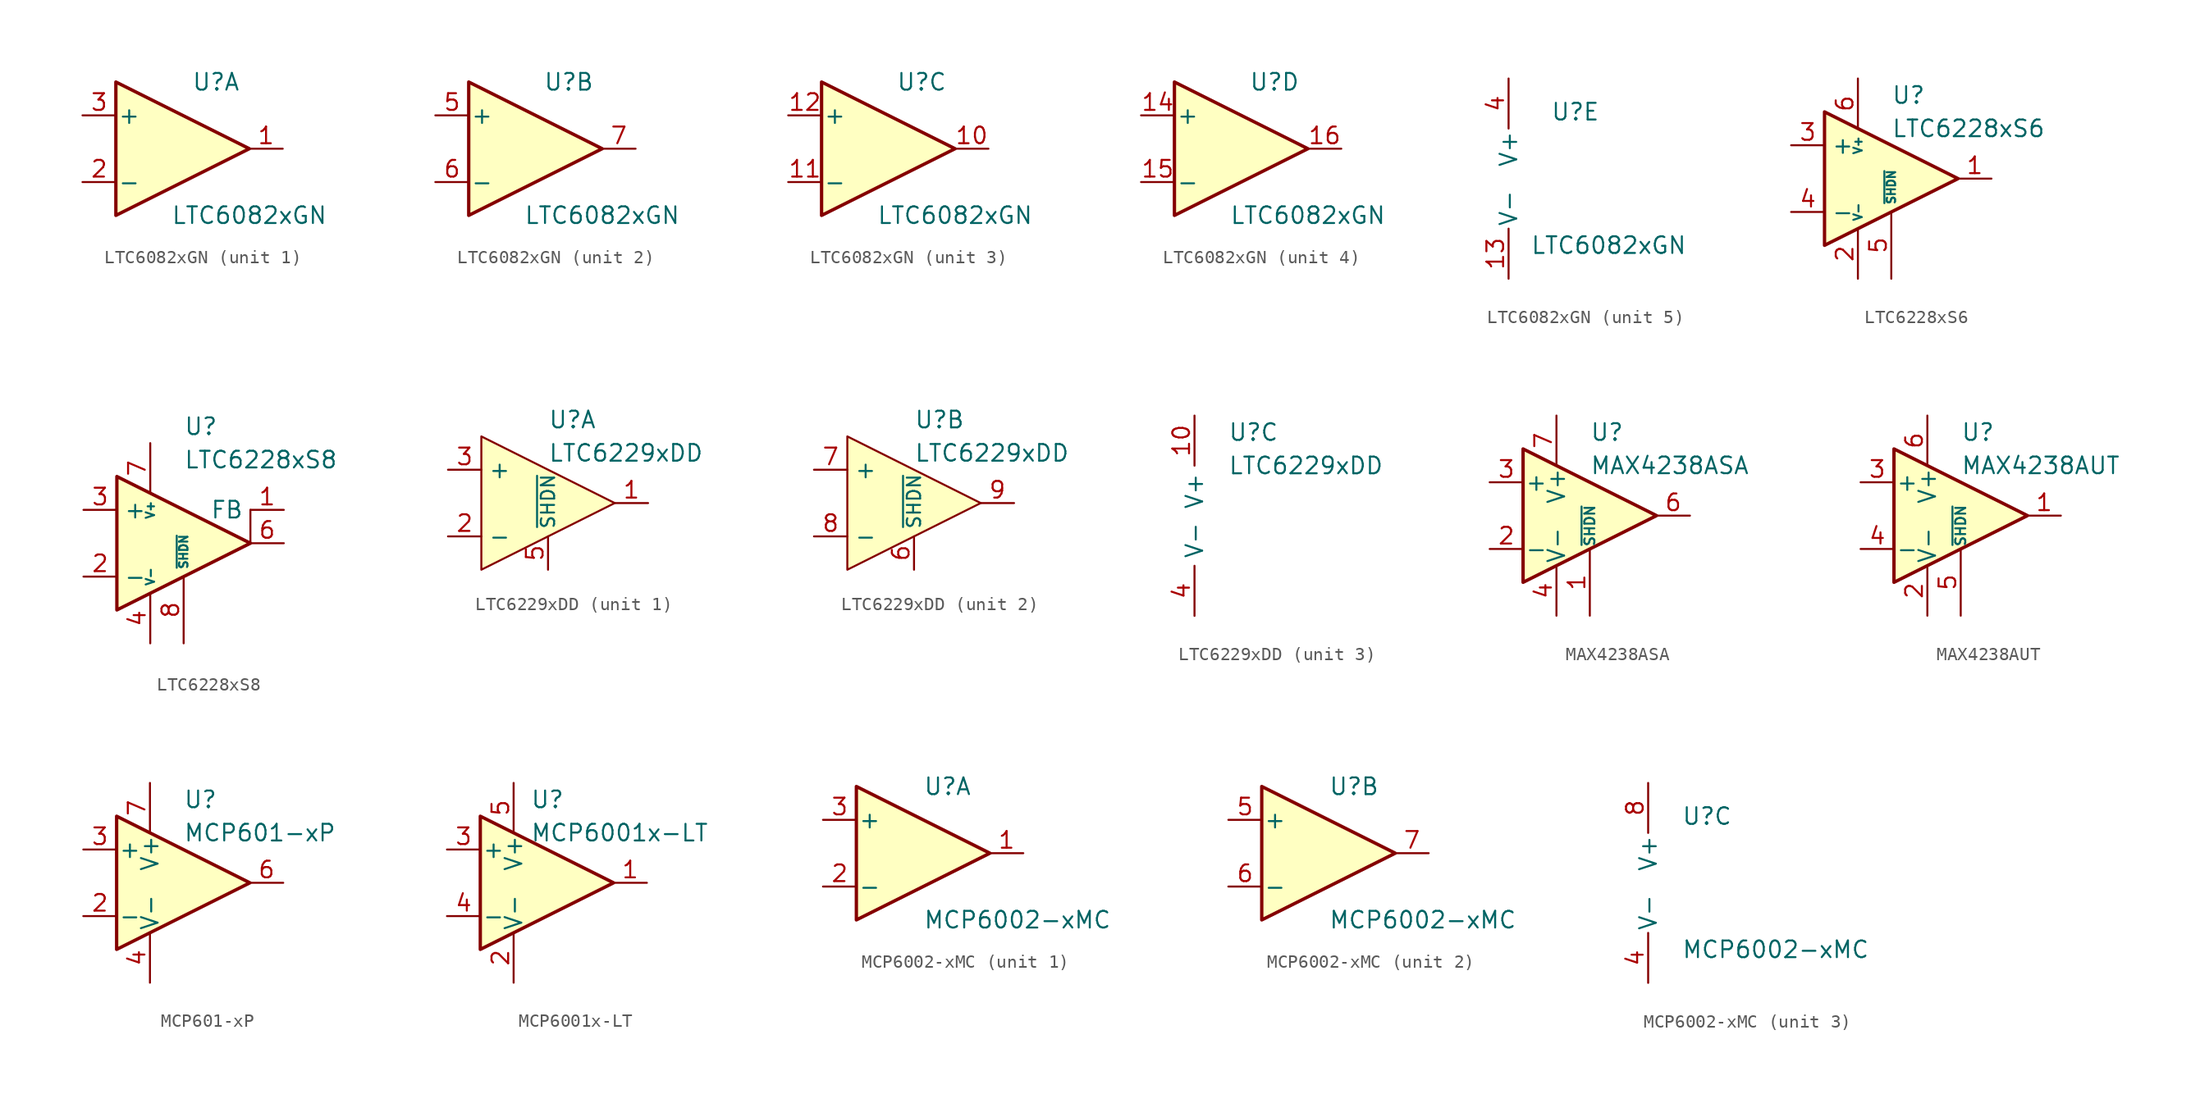
<source format=kicad_sym>
(kicad_symbol_lib
  (version 20241209)
  (generator "kicad_symbol_editor")
  (generator_version "9.0")
  (symbol "LTC6082xGN"
    (pin_names
      (offset 0.127))
    (property "Reference" "U"
      (at 2.54 5.08 0)
      (effects (font (size 1.27 1.27))))
    (property "Value" "LTC6082xGN"
      (at 5.08 -5.08 0)
      (effects (font (size 1.27 1.27))))
    (property "ki_locked" ""
      (at 0 0 0)
      (effects (font (size 1.27 1.27))))
    (symbol "LTC6082xGN_1_1"
      (polyline (pts (xy -5.08 5.08) (xy 5.08 0) (xy -5.08 -5.08) (xy -5.08 5.08)) (stroke (width 0.254) (type default)) (fill (type background)))
      (pin input line (at -7.62 2.54 0) (length 2.54) (name "+" (effects (font (size 1.27 1.27)))) (number "3" (effects (font (size 1.27 1.27)))))
      (pin input line (at -7.62 -2.54 0) (length 2.54) (name "-" (effects (font (size 1.27 1.27)))) (number "2" (effects (font (size 1.27 1.27)))))
      (pin no_connect line (at -2.54 -2.54 90) (length 2.54) (hide yes) (name "NC" (effects (font (size 1.27 1.27)))) (number "8" (effects (font (size 1.27 1.27)))))
      (pin no_connect line (at 0 -2.54 90) (length 2.54) (hide yes) (name "NC" (effects (font (size 1.27 1.27)))) (number "9" (effects (font (size 1.27 1.27)))))
      (pin output line (at 7.62 0 180) (length 2.54) (name "~" (effects (font (size 1.27 1.27)))) (number "1" (effects (font (size 1.27 1.27))))))
    (symbol "LTC6082xGN_2_1"
      (polyline (pts (xy -5.08 5.08) (xy 5.08 0) (xy -5.08 -5.08) (xy -5.08 5.08)) (stroke (width 0.254) (type default)) (fill (type background)))
      (pin input line (at -7.62 2.54 0) (length 2.54) (name "+" (effects (font (size 1.27 1.27)))) (number "5" (effects (font (size 1.27 1.27)))))
      (pin input line (at -7.62 -2.54 0) (length 2.54) (name "-" (effects (font (size 1.27 1.27)))) (number "6" (effects (font (size 1.27 1.27)))))
      (pin output line (at 7.62 0 180) (length 2.54) (name "~" (effects (font (size 1.27 1.27)))) (number "7" (effects (font (size 1.27 1.27))))))
    (symbol "LTC6082xGN_3_1"
      (polyline (pts (xy -5.08 5.08) (xy 5.08 0) (xy -5.08 -5.08) (xy -5.08 5.08)) (stroke (width 0.254) (type default)) (fill (type background)))
      (pin input line (at -7.62 2.54 0) (length 2.54) (name "+" (effects (font (size 1.27 1.27)))) (number "12" (effects (font (size 1.27 1.27)))))
      (pin input line (at -7.62 -2.54 0) (length 2.54) (name "-" (effects (font (size 1.27 1.27)))) (number "11" (effects (font (size 1.27 1.27)))))
      (pin output line (at 7.62 0 180) (length 2.54) (name "~" (effects (font (size 1.27 1.27)))) (number "10" (effects (font (size 1.27 1.27))))))
    (symbol "LTC6082xGN_4_1"
      (polyline (pts (xy -5.08 5.08) (xy 5.08 0) (xy -5.08 -5.08) (xy -5.08 5.08)) (stroke (width 0.254) (type default)) (fill (type background)))
      (pin input line (at -7.62 2.54 0) (length 2.54) (name "+" (effects (font (size 1.27 1.27)))) (number "14" (effects (font (size 1.27 1.27)))))
      (pin input line (at -7.62 -2.54 0) (length 2.54) (name "-" (effects (font (size 1.27 1.27)))) (number "15" (effects (font (size 1.27 1.27)))))
      (pin output line (at 7.62 0 180) (length 2.54) (name "~" (effects (font (size 1.27 1.27)))) (number "16" (effects (font (size 1.27 1.27))))))
    (symbol "LTC6082xGN_5_1"
      (pin power_in line (at -2.54 7.62 270) (length 3.81) (name "V+" (effects (font (size 1.27 1.27)))) (number "4" (effects (font (size 1.27 1.27)))))
      (pin power_in line (at -2.54 -7.62 90) (length 3.81) (name "V-" (effects (font (size 1.27 1.27)))) (number "13" (effects (font (size 1.27 1.27)))))))
  (symbol "LTC6228xS6"
    (property "Reference" "U"
      (at 0 6.35 0)
      (effects (font (size 1.27 1.27)) (justify left)))
    (property "Value" "LTC6228xS6"
      (at 0 3.81 0)
      (effects (font (size 1.27 1.27)) (justify left)))
    (symbol "LTC6228xS6_0_1"
      (polyline (pts (xy 5.08 0) (xy -5.08 5.08) (xy -5.08 -5.08) (xy 5.08 0)) (stroke (width 0.254) (type default)) (fill (type background))))
    (symbol "LTC6228xS6_1_1"
      (pin input line (at -7.62 2.54 0) (length 2.54) (name "+" (effects (font (size 1.27 1.27)))) (number "3" (effects (font (size 1.27 1.27)))))
      (pin input line (at -7.62 -2.54 0) (length 2.54) (name "-" (effects (font (size 1.27 1.27)))) (number "4" (effects (font (size 1.27 1.27)))))
      (pin power_in line (at -2.54 7.62 270) (length 3.81) (name "V+" (effects (font (size 0.635 0.635)))) (number "6" (effects (font (size 1.27 1.27)))))
      (pin power_in line (at -2.54 -7.62 90) (length 3.81) (name "V-" (effects (font (size 0.635 0.635)))) (number "2" (effects (font (size 1.27 1.27)))))
      (pin input line (at 0 -7.62 90) (length 5.08) (name "~{SHDN}" (effects (font (size 0.635 0.635)))) (number "5" (effects (font (size 1.27 1.27)))))
      (pin output line (at 7.62 0 180) (length 2.54) (name "~" (effects (font (size 1.27 1.27)))) (number "1" (effects (font (size 1.27 1.27)))))))
  (symbol "LTC6228xS8"
    (property "Reference" "U"
      (at 0 8.89 0)
      (effects (font (size 1.27 1.27)) (justify left)))
    (property "Value" "LTC6228xS8"
      (at 0 6.35 0)
      (effects (font (size 1.27 1.27)) (justify left)))
    (symbol "LTC6228xS8_0_1"
      (polyline (pts (xy 5.08 0) (xy 5.08 2.54)) (stroke (width 0.152) (type default)) (fill (type none)))
      (polyline (pts (xy 5.08 0) (xy -5.08 5.08) (xy -5.08 -5.08) (xy 5.08 0)) (stroke (width 0.254) (type default)) (fill (type background))))
    (symbol "LTC6228xS8_1_1"
      (pin input line (at -7.62 2.54 0) (length 2.54) (name "+" (effects (font (size 1.27 1.27)))) (number "3" (effects (font (size 1.27 1.27)))))
      (pin input line (at -7.62 -2.54 0) (length 2.54) (name "-" (effects (font (size 1.27 1.27)))) (number "2" (effects (font (size 1.27 1.27)))))
      (pin power_in line (at -2.54 7.62 270) (length 3.81) (name "V+" (effects (font (size 0.635 0.635)))) (number "7" (effects (font (size 1.27 1.27)))))
      (pin power_in line (at -2.54 -7.62 90) (length 3.81) (name "V-" (effects (font (size 0.635 0.635)))) (number "4" (effects (font (size 1.27 1.27)))))
      (pin passive line (at -2.54 -7.62 90) (length 3.81) (hide yes) (name "V-" (effects (font (size 0.635 0.635)))) (number "5" (effects (font (size 1.27 1.27)))))
      (pin input line (at 0 -7.62 90) (length 5.08) (name "~{SHDN}" (effects (font (size 0.635 0.635)))) (number "8" (effects (font (size 1.27 1.27)))))
      (pin output line (at 7.62 2.54 180) (length 2.54) (name "FB" (effects (font (size 1.27 1.27)))) (number "1" (effects (font (size 1.27 1.27)))))
      (pin output line (at 7.62 0 180) (length 2.54) (name "~" (effects (font (size 1.27 1.27)))) (number "6" (effects (font (size 1.27 1.27)))))))
  (symbol "LTC6229xDD"
    (property "Reference" "U"
      (at 0 6.35 0)
      (effects (font (size 1.27 1.27)) (justify left)))
    (property "Value" "LTC6229xDD"
      (at 0 3.81 0)
      (effects (font (size 1.27 1.27)) (justify left)))
    (symbol "LTC6229xDD_1_1"
      (polyline (pts (xy -5.08 5.08) (xy 5.08 0) (xy -5.08 -5.08) (xy -5.08 5.08)) (stroke (width 0) (type default)) (fill (type background)))
      (pin input line (at -7.62 2.54 0) (length 2.54) (name "+" (effects (font (size 1.27 1.27)))) (number "3" (effects (font (size 1.27 1.27)))))
      (pin input line (at -7.62 -2.54 0) (length 2.54) (name "-" (effects (font (size 1.27 1.27)))) (number "2" (effects (font (size 1.27 1.27)))))
      (pin input line (at 0 -5.08 90) (length 2.54) (name "~{SHDN}" (effects (font (size 1.016 1.016)))) (number "5" (effects (font (size 1.27 1.27)))))
      (pin output line (at 7.62 0 180) (length 2.54) (name "~" (effects (font (size 1.27 1.27)))) (number "1" (effects (font (size 1.27 1.27))))))
    (symbol "LTC6229xDD_2_1"
      (polyline (pts (xy -5.08 5.08) (xy 5.08 0) (xy -5.08 -5.08) (xy -5.08 5.08)) (stroke (width 0) (type default)) (fill (type background)))
      (pin input line (at -7.62 2.54 0) (length 2.54) (name "+" (effects (font (size 1.27 1.27)))) (number "7" (effects (font (size 1.27 1.27)))))
      (pin input line (at -7.62 -2.54 0) (length 2.54) (name "-" (effects (font (size 1.27 1.27)))) (number "8" (effects (font (size 1.27 1.27)))))
      (pin input line (at 0 -5.08 90) (length 2.54) (name "~{SHDN}" (effects (font (size 1.016 1.016)))) (number "6" (effects (font (size 1.27 1.27)))))
      (pin output line (at 7.62 0 180) (length 2.54) (name "~" (effects (font (size 1.27 1.27)))) (number "9" (effects (font (size 1.27 1.27))))))
    (symbol "LTC6229xDD_3_1"
      (pin power_in line (at -2.54 7.62 270) (length 3.81) (name "V+" (effects (font (size 1.27 1.27)))) (number "10" (effects (font (size 1.27 1.27)))))
      (pin passive line (at -2.54 -7.62 90) (length 3.81) (hide yes) (name "V-" (effects (font (size 1.27 1.27)))) (number "11" (effects (font (size 1.27 1.27)))))
      (pin power_in line (at -2.54 -7.62 90) (length 3.81) (name "V-" (effects (font (size 1.27 1.27)))) (number "4" (effects (font (size 1.27 1.27)))))))
  (symbol "MAX4238ASA"
    (pin_names
      (offset 0.127))
    (property "Reference" "U"
      (at 0 6.35 0)
      (effects (font (size 1.27 1.27)) (justify left)))
    (property "Value" "MAX4238ASA"
      (at 0 3.81 0)
      (effects (font (size 1.27 1.27)) (justify left)))
    (symbol "MAX4238ASA_0_1"
      (polyline (pts (xy -5.08 5.08) (xy 5.08 0) (xy -5.08 -5.08) (xy -5.08 5.08)) (stroke (width 0.254) (type default)) (fill (type background))))
    (symbol "MAX4238ASA_1_1"
      (pin input line (at -7.62 2.54 0) (length 2.54) (name "+" (effects (font (size 1.27 1.27)))) (number "3" (effects (font (size 1.27 1.27)))))
      (pin input line (at -7.62 -2.54 0) (length 2.54) (name "-" (effects (font (size 1.27 1.27)))) (number "2" (effects (font (size 1.27 1.27)))))
      (pin power_in line (at -2.54 7.62 270) (length 3.81) (name "V+" (effects (font (size 1.27 1.27)))) (number "7" (effects (font (size 1.27 1.27)))))
      (pin power_in line (at -2.54 -7.62 90) (length 3.81) (name "V-" (effects (font (size 1.27 1.27)))) (number "4" (effects (font (size 1.27 1.27)))))
      (pin no_connect line (at 0 2.54 270) (length 2.54) (hide yes) (name "NC" (effects (font (size 1.27 1.27)))) (number "8" (effects (font (size 1.27 1.27)))))
      (pin no_connect line (at 0 -2.54 90) (length 2.54) (hide yes) (name "NC" (effects (font (size 1.27 1.27)))) (number "5" (effects (font (size 1.27 1.27)))))
      (pin input line (at 0 -7.62 90) (length 5.08) (name "~{SHDN}" (effects (font (size 0.762 0.762)))) (number "1" (effects (font (size 1.27 1.27)))))
      (pin output line (at 7.62 0 180) (length 2.54) (name "~" (effects (font (size 1.27 1.27)))) (number "6" (effects (font (size 1.27 1.27)))))))
  (symbol "MAX4238AUT"
    (pin_names
      (offset 0.127))
    (property "Reference" "U"
      (at 0 6.35 0)
      (effects (font (size 1.27 1.27)) (justify left)))
    (property "Value" "MAX4238AUT"
      (at 0 3.81 0)
      (effects (font (size 1.27 1.27)) (justify left)))
    (symbol "MAX4238AUT_0_1"
      (polyline (pts (xy -5.08 5.08) (xy 5.08 0) (xy -5.08 -5.08) (xy -5.08 5.08)) (stroke (width 0.254) (type default)) (fill (type background))))
    (symbol "MAX4238AUT_1_1"
      (pin input line (at -7.62 2.54 0) (length 2.54) (name "+" (effects (font (size 1.27 1.27)))) (number "3" (effects (font (size 1.27 1.27)))))
      (pin input line (at -7.62 -2.54 0) (length 2.54) (name "-" (effects (font (size 1.27 1.27)))) (number "4" (effects (font (size 1.27 1.27)))))
      (pin power_in line (at -2.54 7.62 270) (length 3.81) (name "V+" (effects (font (size 1.27 1.27)))) (number "6" (effects (font (size 1.27 1.27)))))
      (pin power_in line (at -2.54 -7.62 90) (length 3.81) (name "V-" (effects (font (size 1.27 1.27)))) (number "2" (effects (font (size 1.27 1.27)))))
      (pin input line (at 0 -7.62 90) (length 5.08) (name "~{SHDN}" (effects (font (size 0.762 0.762)))) (number "5" (effects (font (size 1.27 1.27)))))
      (pin output line (at 7.62 0 180) (length 2.54) (name "~" (effects (font (size 1.27 1.27)))) (number "1" (effects (font (size 1.27 1.27)))))))
  (symbol "MCP601-xP"
    (pin_names
      (offset 0.127))
    (property "Reference" "U"
      (at 0 6.35 0)
      (effects (font (size 1.27 1.27)) (justify left)))
    (property "Value" "MCP601-xP"
      (at 0 3.81 0)
      (effects (font (size 1.27 1.27)) (justify left)))
    (symbol "MCP601-xP_0_1"
      (polyline (pts (xy -5.08 5.08) (xy 5.08 0) (xy -5.08 -5.08) (xy -5.08 5.08)) (stroke (width 0.254) (type default)) (fill (type background))))
    (symbol "MCP601-xP_1_1"
      (pin input line (at -7.62 2.54 0) (length 2.54) (name "+" (effects (font (size 1.27 1.27)))) (number "3" (effects (font (size 1.27 1.27)))))
      (pin input line (at -7.62 -2.54 0) (length 2.54) (name "-" (effects (font (size 1.27 1.27)))) (number "2" (effects (font (size 1.27 1.27)))))
      (pin no_connect line (at -5.08 -2.54 90) (length 2.54) (hide yes) (name "NC" (effects (font (size 1.27 1.27)))) (number "1" (effects (font (size 1.27 1.27)))))
      (pin power_in line (at -2.54 7.62 270) (length 3.81) (name "V+" (effects (font (size 1.27 1.27)))) (number "7" (effects (font (size 1.27 1.27)))))
      (pin no_connect line (at -2.54 -2.54 90) (length 2.54) (hide yes) (name "NC" (effects (font (size 1.27 1.27)))) (number "5" (effects (font (size 1.27 1.27)))))
      (pin power_in line (at -2.54 -7.62 90) (length 3.81) (name "V-" (effects (font (size 1.27 1.27)))) (number "4" (effects (font (size 1.27 1.27)))))
      (pin no_connect line (at 0 -2.54 90) (length 2.54) (hide yes) (name "NC" (effects (font (size 1.27 1.27)))) (number "8" (effects (font (size 1.27 1.27)))))
      (pin output line (at 7.62 0 180) (length 2.54) (name "~" (effects (font (size 1.27 1.27)))) (number "6" (effects (font (size 1.27 1.27)))))))
  (symbol "MCP6001x-LT"
    (pin_names
      (offset 0.127))
    (property "Reference" "U"
      (at -1.27 6.35 0)
      (effects (font (size 1.27 1.27)) (justify left)))
    (property "Value" "MCP6001x-LT"
      (at -1.27 3.81 0)
      (effects (font (size 1.27 1.27)) (justify left)))
    (symbol "MCP6001x-LT_0_1"
      (polyline (pts (xy -5.08 5.08) (xy 5.08 0) (xy -5.08 -5.08) (xy -5.08 5.08)) (stroke (width 0.254) (type default)) (fill (type background)))
      (pin power_in line (at -2.54 7.62 270) (length 3.81) (name "V+" (effects (font (size 1.27 1.27)))) (number "5" (effects (font (size 1.27 1.27)))))
      (pin power_in line (at -2.54 -7.62 90) (length 3.81) (name "V-" (effects (font (size 1.27 1.27)))) (number "2" (effects (font (size 1.27 1.27))))))
    (symbol "MCP6001x-LT_1_1"
      (pin input line (at -7.62 2.54 0) (length 2.54) (name "+" (effects (font (size 1.27 1.27)))) (number "3" (effects (font (size 1.27 1.27)))))
      (pin input line (at -7.62 -2.54 0) (length 2.54) (name "-" (effects (font (size 1.27 1.27)))) (number "4" (effects (font (size 1.27 1.27)))))
      (pin output line (at 7.62 0 180) (length 2.54) (name "~" (effects (font (size 1.27 1.27)))) (number "1" (effects (font (size 1.27 1.27)))))))
  (symbol "MCP6002-xMC"
    (pin_names
      (offset 0.127))
    (property "Reference" "U"
      (at 0 5.08 0)
      (effects (font (size 1.27 1.27)) (justify left)))
    (property "Value" "MCP6002-xMC"
      (at 0 -5.08 0)
      (effects (font (size 1.27 1.27)) (justify left)))
    (property "ki_locked" ""
      (at 0 0 0)
      (effects (font (size 1.27 1.27))))
    (symbol "MCP6002-xMC_1_1"
      (polyline (pts (xy -5.08 5.08) (xy 5.08 0) (xy -5.08 -5.08) (xy -5.08 5.08)) (stroke (width 0.254) (type default)) (fill (type background)))
      (pin input line (at -7.62 2.54 0) (length 2.54) (name "+" (effects (font (size 1.27 1.27)))) (number "3" (effects (font (size 1.27 1.27)))))
      (pin input line (at -7.62 -2.54 0) (length 2.54) (name "-" (effects (font (size 1.27 1.27)))) (number "2" (effects (font (size 1.27 1.27)))))
      (pin output line (at 7.62 0 180) (length 2.54) (name "~" (effects (font (size 1.27 1.27)))) (number "1" (effects (font (size 1.27 1.27))))))
    (symbol "MCP6002-xMC_2_1"
      (polyline (pts (xy -5.08 5.08) (xy 5.08 0) (xy -5.08 -5.08) (xy -5.08 5.08)) (stroke (width 0.254) (type default)) (fill (type background)))
      (pin input line (at -7.62 2.54 0) (length 2.54) (name "+" (effects (font (size 1.27 1.27)))) (number "5" (effects (font (size 1.27 1.27)))))
      (pin input line (at -7.62 -2.54 0) (length 2.54) (name "-" (effects (font (size 1.27 1.27)))) (number "6" (effects (font (size 1.27 1.27)))))
      (pin output line (at 7.62 0 180) (length 2.54) (name "~" (effects (font (size 1.27 1.27)))) (number "7" (effects (font (size 1.27 1.27))))))
    (symbol "MCP6002-xMC_3_1"
      (pin power_in line (at -2.54 7.62 270) (length 3.81) (name "V+" (effects (font (size 1.27 1.27)))) (number "8" (effects (font (size 1.27 1.27)))))
      (pin power_in line (at -2.54 -7.62 90) (length 3.81) (name "V-" (effects (font (size 1.27 1.27)))) (number "4" (effects (font (size 1.27 1.27)))))
      (pin passive line (at -2.54 -7.62 90) (length 3.81) (hide yes) (name "V-" (effects (font (size 1.27 1.27)))) (number "9" (effects (font (size 1.27 1.27))))))))
</source>
